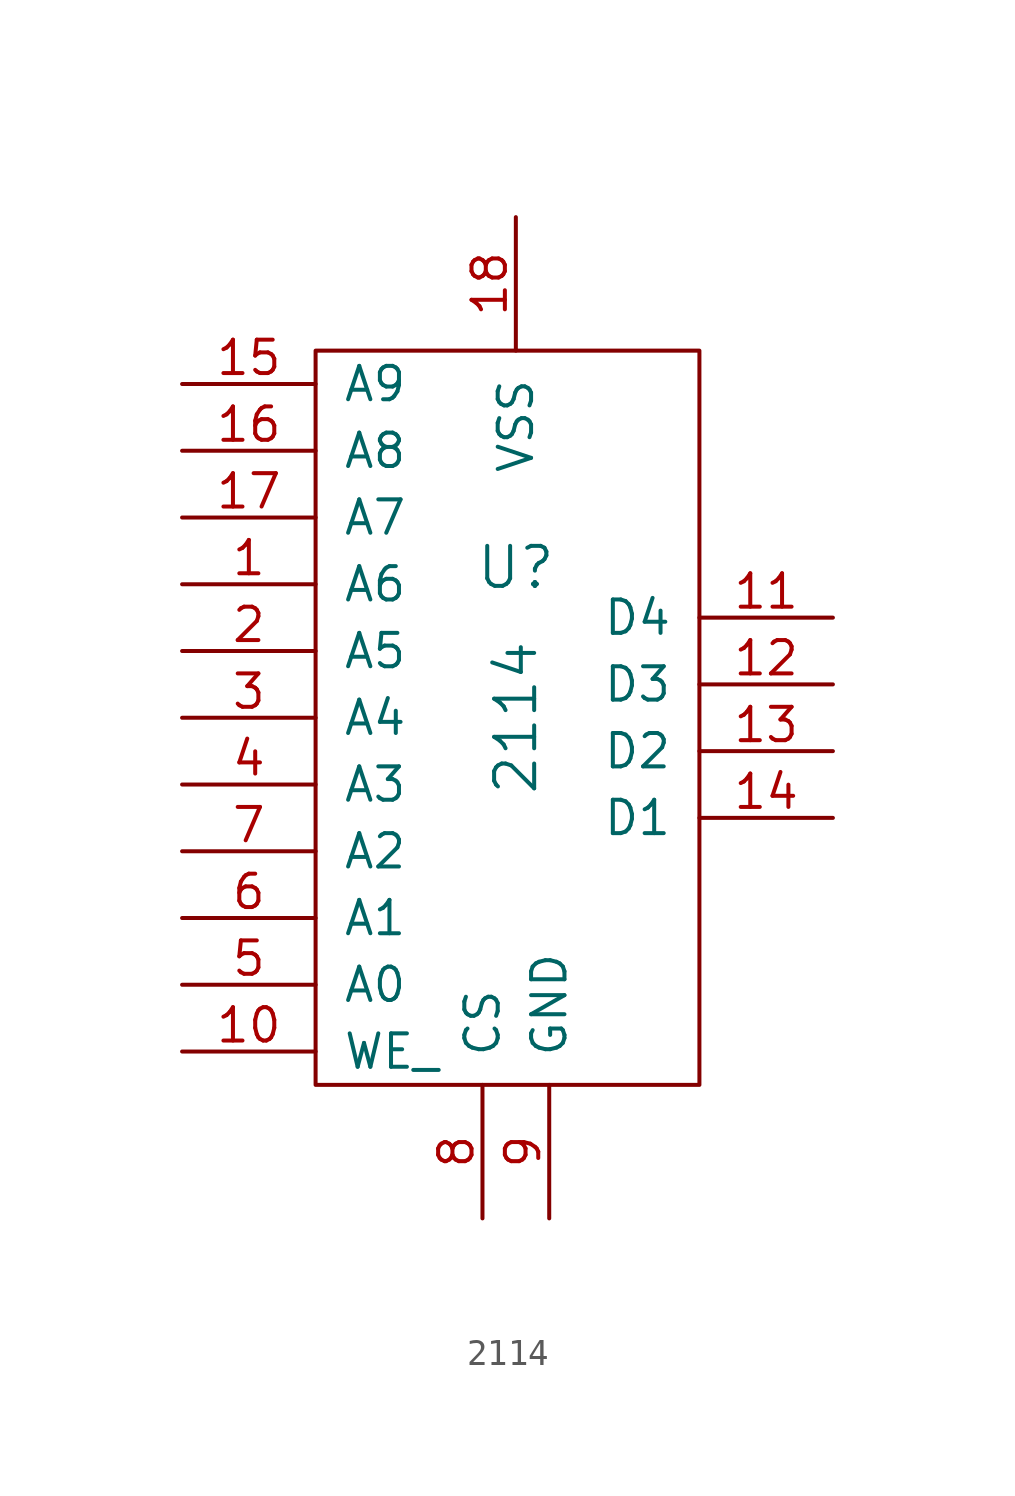
<source format=kicad_sym>
(kicad_symbol_lib
  (version 20211014)
  (generator kicad_symbol_editor)
  (symbol "2114"
    (pin_names
      (offset 1.016))
    (property "Reference" "U"
      (at 0 5.715 0)
      (effects (font (size 1.524 1.524))))
    (property "Value" "2114"
      (at 0 0 90)
      (effects (font (size 1.524 1.524))))
    (symbol "2114_0_1"
      (rectangle (start -7.62 13.97) (end 6.985 -13.97) (stroke (width 0) (type default) (color 0 0 0 0)) (fill (type none))))
    (symbol "2114_1_0"
      (pin input line (at -12.7 5.08 0) (length 5.08) (name "A6" (effects (font (size 1.27 1.27)))) (number "1" (effects (font (size 1.27 1.27)))))
      (pin input line (at -12.7 -12.7 0) (length 5.08) (name "WE_" (effects (font (size 1.27 1.27)))) (number "10" (effects (font (size 1.27 1.27)))))
      (pin bidirectional line (at 12.065 3.81 180) (length 5.08) (name "D4" (effects (font (size 1.27 1.27)))) (number "11" (effects (font (size 1.27 1.27)))))
      (pin bidirectional line (at 12.065 1.27 180) (length 5.08) (name "D3" (effects (font (size 1.27 1.27)))) (number "12" (effects (font (size 1.27 1.27)))))
      (pin bidirectional line (at 12.065 -1.27 180) (length 5.08) (name "D2" (effects (font (size 1.27 1.27)))) (number "13" (effects (font (size 1.27 1.27)))))
      (pin bidirectional line (at 12.065 -3.81 180) (length 5.08) (name "D1" (effects (font (size 1.27 1.27)))) (number "14" (effects (font (size 1.27 1.27)))))
      (pin input line (at -12.7 12.7 0) (length 5.08) (name "A9" (effects (font (size 1.27 1.27)))) (number "15" (effects (font (size 1.27 1.27)))))
      (pin input line (at -12.7 10.16 0) (length 5.08) (name "A8" (effects (font (size 1.27 1.27)))) (number "16" (effects (font (size 1.27 1.27)))))
      (pin input line (at -12.7 7.62 0) (length 5.08) (name "A7" (effects (font (size 1.27 1.27)))) (number "17" (effects (font (size 1.27 1.27)))))
      (pin power_in line (at 0 19.05 270) (length 5.08) (name "VSS" (effects (font (size 1.27 1.27)))) (number "18" (effects (font (size 1.27 1.27)))))
      (pin input line (at -12.7 2.54 0) (length 5.08) (name "A5" (effects (font (size 1.27 1.27)))) (number "2" (effects (font (size 1.27 1.27)))))
      (pin input line (at -12.7 0 0) (length 5.08) (name "A4" (effects (font (size 1.27 1.27)))) (number "3" (effects (font (size 1.27 1.27)))))
      (pin input line (at -12.7 -2.54 0) (length 5.08) (name "A3" (effects (font (size 1.27 1.27)))) (number "4" (effects (font (size 1.27 1.27)))))
      (pin input line (at -12.7 -10.16 0) (length 5.08) (name "A0" (effects (font (size 1.27 1.27)))) (number "5" (effects (font (size 1.27 1.27)))))
      (pin input line (at -12.7 -7.62 0) (length 5.08) (name "A1" (effects (font (size 1.27 1.27)))) (number "6" (effects (font (size 1.27 1.27)))))
      (pin input line (at -12.7 -5.08 0) (length 5.08) (name "A2" (effects (font (size 1.27 1.27)))) (number "7" (effects (font (size 1.27 1.27)))))
      (pin input line (at -1.27 -19.05 90) (length 5.08) (name "CS" (effects (font (size 1.27 1.27)))) (number "8" (effects (font (size 1.27 1.27)))))
      (pin power_in line (at 1.27 -19.05 90) (length 5.08) (name "GND" (effects (font (size 1.27 1.27)))) (number "9" (effects (font (size 1.27 1.27))))))))
</source>
